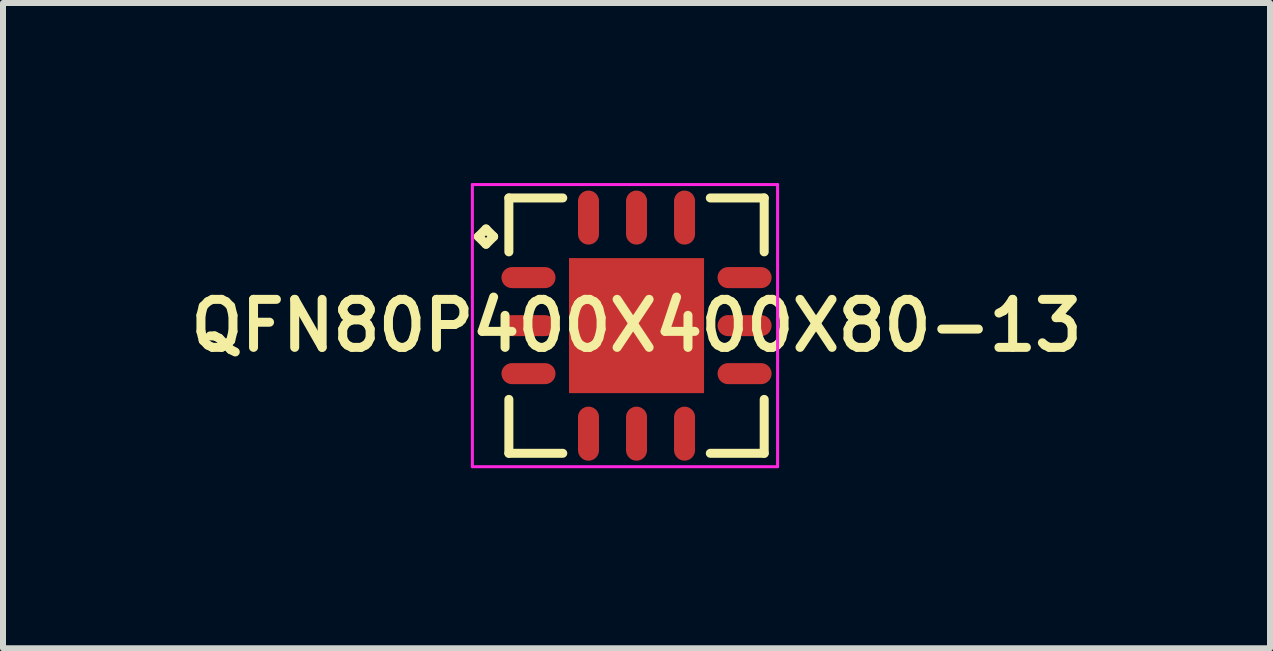
<source format=kicad_pcb>
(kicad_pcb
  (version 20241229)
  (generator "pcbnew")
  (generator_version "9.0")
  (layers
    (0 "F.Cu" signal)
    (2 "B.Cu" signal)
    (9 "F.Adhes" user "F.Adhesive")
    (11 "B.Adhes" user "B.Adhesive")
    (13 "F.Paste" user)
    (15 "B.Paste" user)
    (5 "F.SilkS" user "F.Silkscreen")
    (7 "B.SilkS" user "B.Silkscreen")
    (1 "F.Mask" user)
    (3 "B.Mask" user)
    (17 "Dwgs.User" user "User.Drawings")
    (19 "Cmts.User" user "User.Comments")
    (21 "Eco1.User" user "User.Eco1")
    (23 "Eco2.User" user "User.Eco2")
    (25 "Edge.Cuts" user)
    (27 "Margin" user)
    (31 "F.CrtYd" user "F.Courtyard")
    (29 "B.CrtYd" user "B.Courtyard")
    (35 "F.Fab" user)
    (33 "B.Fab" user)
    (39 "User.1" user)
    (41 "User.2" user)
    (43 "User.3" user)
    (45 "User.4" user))
  (footprint "QFN80P400X400X80-13"
    (layer "F.Cu")
    (at 7.555 2.375)
    (property "Reference" "QFN80P400X400X80-13" (at 0 0 0) (layer "F.SilkS") (effects (font (size 0.8 0.8) (thickness 0.15))))
    (attr smd)
    (fp_line (start -2.635 -1.483) (end -2.508 -1.61) (stroke (width 0.15) (type solid)) (layer "F.SilkS"))
    (fp_line (start -2.508 -1.61) (end -2.381 -1.483) (stroke (width 0.15) (type solid)) (layer "F.SilkS"))
    (fp_line (start -2.508 -1.356) (end -2.635 -1.483) (stroke (width 0.15) (type solid)) (layer "F.SilkS"))
    (fp_line (start -2.381 -1.483) (end -2.508 -1.356) (stroke (width 0.15) (type solid)) (layer "F.SilkS"))
    (fp_line (start -2.127 -2.127) (end -1.229 -2.127) (stroke (width 0.15) (type solid)) (layer "F.SilkS"))
    (fp_line (start -2.127 -1.229) (end -2.127 -2.127) (stroke (width 0.15) (type solid)) (layer "F.SilkS"))
    (fp_line (start -2.127 1.229) (end -2.127 2.127) (stroke (width 0.15) (type solid)) (layer "F.SilkS"))
    (fp_line (start -2.127 2.127) (end -1.229 2.127) (stroke (width 0.15) (type solid)) (layer "F.SilkS"))
    (fp_line (start 1.229 -2.127) (end 2.127 -2.127) (stroke (width 0.15) (type solid)) (layer "F.SilkS"))
    (fp_line (start 1.229 2.127) (end 2.127 2.127) (stroke (width 0.15) (type solid)) (layer "F.SilkS"))
    (fp_line (start 2.127 -2.127) (end 2.127 -1.229) (stroke (width 0.15) (type solid)) (layer "F.SilkS"))
    (fp_line (start 2.127 2.127) (end 2.127 1.229) (stroke (width 0.15) (type solid)) (layer "F.SilkS"))
    (fp_line (start -2.735 -2.35) (end 2.35 -2.35) (stroke (width 0.05) (type solid)) (layer "F.CrtYd"))
    (fp_line (start -2.735 2.35) (end -2.735 -2.35) (stroke (width 0.05) (type solid)) (layer "F.CrtYd"))
    (fp_line (start 2.35 -2.35) (end 2.35 2.35) (stroke (width 0.05) (type solid)) (layer "F.CrtYd"))
    (fp_line (start 2.35 2.35) (end -2.735 2.35) (stroke (width 0.05) (type solid)) (layer "F.CrtYd"))
    (pad "1" smd oval (at -1.8 -0.8) (size 0.9 0.35) (layers "F.Cu" "F.Mask" "F.Paste"))
    (pad "2" smd oval (at -1.8 0) (size 0.9 0.35) (layers "F.Cu" "F.Mask" "F.Paste"))
    (pad "3" smd oval (at -1.8 0.8) (size 0.9 0.35) (layers "F.Cu" "F.Mask" "F.Paste"))
    (pad "4" smd oval (at -0.8 1.8) (size 0.35 0.9) (layers "F.Cu" "F.Mask" "F.Paste"))
    (pad "5" smd oval (at 0 1.8) (size 0.35 0.9) (layers "F.Cu" "F.Mask" "F.Paste"))
    (pad "6" smd oval (at 0.8 1.8) (size 0.35 0.9) (layers "F.Cu" "F.Mask" "F.Paste"))
    (pad "7" smd oval (at 1.8 0.8) (size 0.9 0.35) (layers "F.Cu" "F.Mask" "F.Paste"))
    (pad "8" smd oval (at 1.8 0) (size 0.9 0.35) (layers "F.Cu" "F.Mask" "F.Paste"))
    (pad "9" smd oval (at 1.8 -0.8) (size 0.9 0.35) (layers "F.Cu" "F.Mask" "F.Paste"))
    (pad "10" smd oval (at 0.8 -1.8) (size 0.35 0.9) (layers "F.Cu" "F.Mask" "F.Paste"))
    (pad "11" smd oval (at 0 -1.8) (size 0.35 0.9) (layers "F.Cu" "F.Mask" "F.Paste"))
    (pad "12" smd oval (at -0.8 -1.8) (size 0.35 0.9) (layers "F.Cu" "F.Mask" "F.Paste"))
    (pad "13" smd rect (at 0 0) (size 2.25 2.25) (layers "F.Cu" "F.Mask" "F.Paste")))
  (gr_rect
    (start -3 -3)
    (end 18.109 7.75)
    (stroke (width 0.1) (type default))
    (fill no)
    (layer "Edge.Cuts")))
</source>
